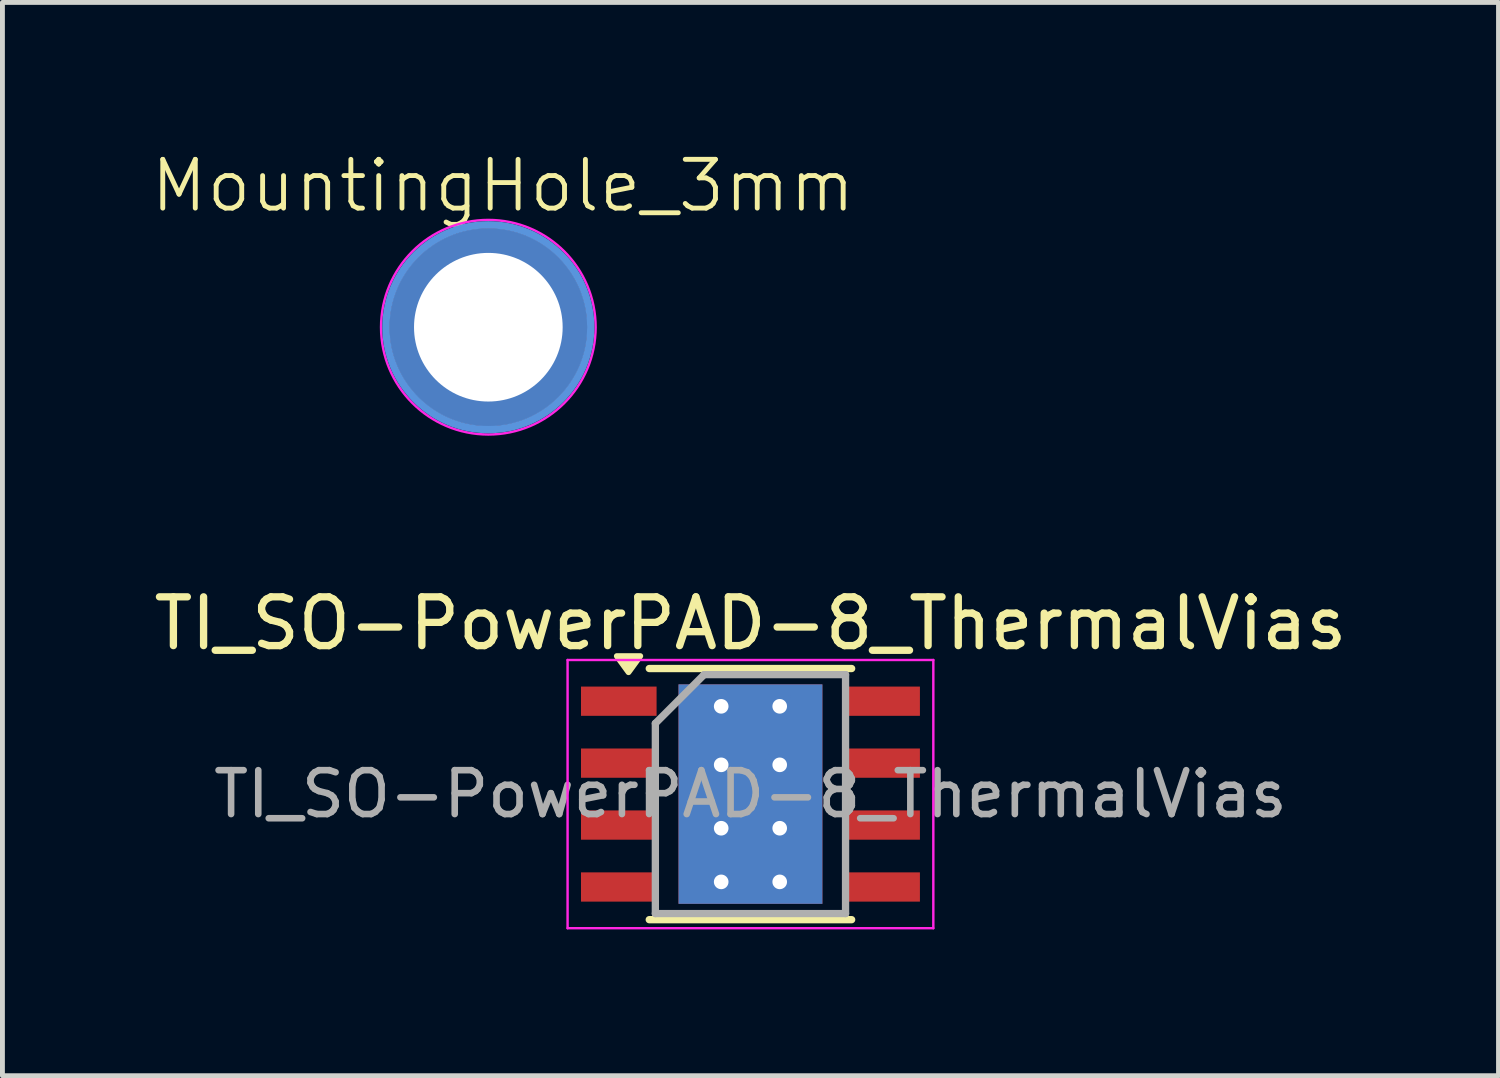
<source format=kicad_pcb>
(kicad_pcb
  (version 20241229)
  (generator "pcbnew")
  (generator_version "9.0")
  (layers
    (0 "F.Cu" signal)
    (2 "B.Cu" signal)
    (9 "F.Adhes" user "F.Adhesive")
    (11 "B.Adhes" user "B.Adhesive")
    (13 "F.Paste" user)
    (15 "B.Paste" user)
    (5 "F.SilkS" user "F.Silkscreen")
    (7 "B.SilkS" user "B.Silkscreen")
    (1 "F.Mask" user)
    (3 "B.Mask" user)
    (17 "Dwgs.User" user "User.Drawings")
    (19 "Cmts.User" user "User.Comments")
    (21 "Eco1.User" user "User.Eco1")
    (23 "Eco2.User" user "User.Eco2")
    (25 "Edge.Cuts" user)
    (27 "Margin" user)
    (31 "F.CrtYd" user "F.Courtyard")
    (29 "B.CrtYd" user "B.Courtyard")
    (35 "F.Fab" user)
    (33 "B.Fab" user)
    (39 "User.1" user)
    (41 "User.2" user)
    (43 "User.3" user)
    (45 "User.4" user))
  (footprint "TI_SO-PowerPAD-8_ThermalVias"
    (layer "F.Cu")
    (at 12.339 13.234)
    (property "Reference" "TI_SO-PowerPAD-8_ThermalVias" (at 0 -3.5 0) (layer "F.SilkS") (effects (font (size 1 1) (thickness 0.15))))
    (fp_line (start -2.075 -2.575) (end 2.075 -2.575) (stroke (width 0.15) (type solid)) (layer "F.SilkS"))
    (fp_line (start -2.075 2.575) (end 2.075 2.575) (stroke (width 0.15) (type solid)) (layer "F.SilkS"))
    (fp_poly (pts (xy -2.5 -2.5) (xy -2.74 -2.83) (xy -2.26 -2.83) (xy -2.5 -2.5)) (stroke (width 0.12) (type solid)) (fill yes) (layer "F.SilkS"))
    (fp_line (start -3.75 -2.75) (end -3.75 2.75) (stroke (width 0.05) (type solid)) (layer "F.CrtYd"))
    (fp_line (start -3.75 -2.75) (end 3.75 -2.75) (stroke (width 0.05) (type solid)) (layer "F.CrtYd"))
    (fp_line (start -3.75 2.75) (end 3.75 2.75) (stroke (width 0.05) (type solid)) (layer "F.CrtYd"))
    (fp_line (start 3.75 -2.75) (end 3.75 2.75) (stroke (width 0.05) (type solid)) (layer "F.CrtYd"))
    (fp_line (start -1.95 -1.45) (end -0.95 -2.45) (stroke (width 0.15) (type solid)) (layer "F.Fab"))
    (fp_line (start -1.95 2.45) (end -1.95 -1.45) (stroke (width 0.15) (type solid)) (layer "F.Fab"))
    (fp_line (start -0.95 -2.45) (end 1.95 -2.45) (stroke (width 0.15) (type solid)) (layer "F.Fab"))
    (fp_line (start 1.95 -2.45) (end 1.95 2.45) (stroke (width 0.15) (type solid)) (layer "F.Fab"))
    (fp_line (start 1.95 2.45) (end -1.95 2.45) (stroke (width 0.15) (type solid)) (layer "F.Fab"))
    (fp_text user "${REFERENCE}" (at 0 0 0) (layer "F.Fab") (effects (font (size 0.9 0.9) (thickness 0.135))))
    (pad "1" smd rect (at -2.7 -1.905) (size 1.55 0.6) (layers "F.Cu" "F.Mask" "F.Paste"))
    (pad "2" smd rect (at -2.7 -0.635) (size 1.55 0.6) (layers "F.Cu" "F.Mask" "F.Paste"))
    (pad "3" smd rect (at -2.7 0.635) (size 1.55 0.6) (layers "F.Cu" "F.Mask" "F.Paste"))
    (pad "4" smd rect (at -2.7 1.905) (size 1.55 0.6) (layers "F.Cu" "F.Mask" "F.Paste"))
    (pad "5" smd rect (at 2.7 1.905) (size 1.55 0.6) (layers "F.Cu" "F.Mask" "F.Paste"))
    (pad "6" smd rect (at 2.7 0.635) (size 1.55 0.6) (layers "F.Cu" "F.Mask" "F.Paste"))
    (pad "7" smd rect (at 2.7 -0.635) (size 1.55 0.6) (layers "F.Cu" "F.Mask" "F.Paste"))
    (pad "8" smd rect (at 2.7 -1.905) (size 1.55 0.6) (layers "F.Cu" "F.Mask" "F.Paste"))
    (pad "9" thru_hole circle (at -0.6 -1.8) (size 0.6 0.6) (drill 0.3) (layers "*.Cu"))
    (pad "9" thru_hole circle (at -0.6 -0.6) (size 0.6 0.6) (drill 0.3) (layers "*.Cu"))
    (pad "9" thru_hole circle (at -0.6 0.7) (size 0.6 0.6) (drill 0.3) (layers "*.Cu"))
    (pad "9" thru_hole circle (at -0.6 1.8) (size 0.6 0.6) (drill 0.3) (layers "*.Cu"))
    (pad "9" smd rect (at 0 0) (size 2.6 3.1) (layers "F.Cu" "F.Mask" "F.Paste"))
    (pad "9" smd rect (at 0 0) (size 2.95 4.5) (layers "F.Cu"))
    (pad "9" smd rect (at 0 0) (size 2.95 4.5) (layers "B.Cu"))
    (pad "9" thru_hole circle (at 0.6 -1.8) (size 0.6 0.6) (drill 0.3) (layers "*.Cu"))
    (pad "9" thru_hole circle (at 0.6 -0.6) (size 0.6 0.6) (drill 0.3) (layers "*.Cu"))
    (pad "9" thru_hole circle (at 0.6 0.7) (size 0.6 0.6) (drill 0.3) (layers "*.Cu"))
    (pad "9" thru_hole circle (at 0.6 1.8) (size 0.6 0.6) (drill 0.3) (layers "*.Cu")))
  (footprint "MountingHole_3mm"
    (layer "F.Cu")
    (at 6.964 3.66)
    (property "Reference" "MountingHole_3mm" (at 0.3 -2.9 0) (unlocked yes) (layer "F.SilkS") (effects (font (size 1 1) (thickness 0.1))))
    (attr through_hole)
    (fp_circle (center 0 0) (end 2.1 0) (stroke (width 0.15) (type solid)) (fill no) (layer "Cmts.User"))
    (fp_circle (center 0 0) (end 2.2 0) (stroke (width 0.05) (type solid)) (fill no) (layer "F.CrtYd"))
    (pad "1" thru_hole circle (at 0 0) (size 4.064 4.064) (drill 3.048) (layers "*.Cu" "*.Mask")))
  (gr_rect
    (start -3 -3)
    (end 27.679 19.009)
    (stroke (width 0.1) (type default))
    (fill no)
    (layer "Edge.Cuts")))
</source>
